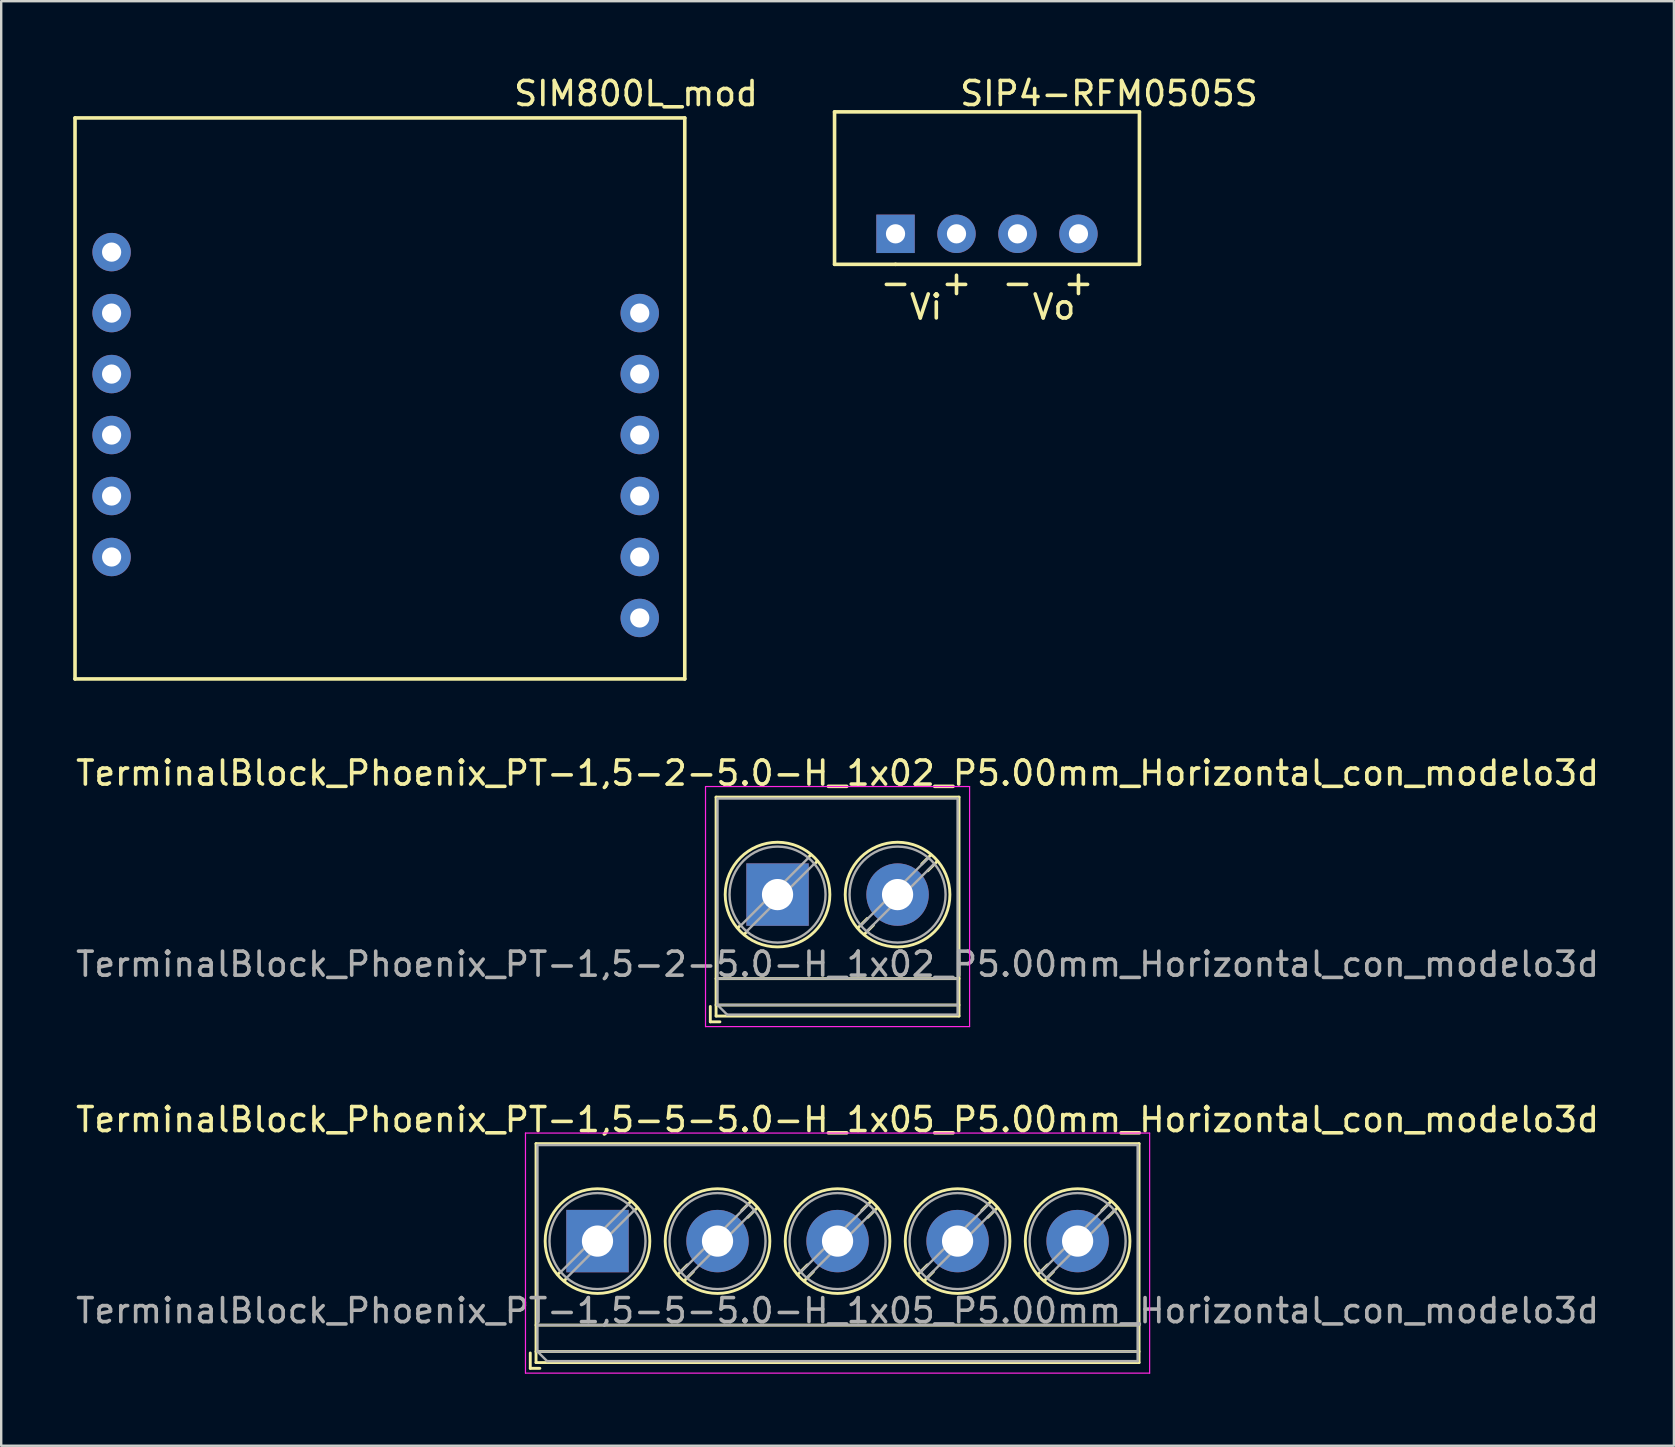
<source format=kicad_pcb>
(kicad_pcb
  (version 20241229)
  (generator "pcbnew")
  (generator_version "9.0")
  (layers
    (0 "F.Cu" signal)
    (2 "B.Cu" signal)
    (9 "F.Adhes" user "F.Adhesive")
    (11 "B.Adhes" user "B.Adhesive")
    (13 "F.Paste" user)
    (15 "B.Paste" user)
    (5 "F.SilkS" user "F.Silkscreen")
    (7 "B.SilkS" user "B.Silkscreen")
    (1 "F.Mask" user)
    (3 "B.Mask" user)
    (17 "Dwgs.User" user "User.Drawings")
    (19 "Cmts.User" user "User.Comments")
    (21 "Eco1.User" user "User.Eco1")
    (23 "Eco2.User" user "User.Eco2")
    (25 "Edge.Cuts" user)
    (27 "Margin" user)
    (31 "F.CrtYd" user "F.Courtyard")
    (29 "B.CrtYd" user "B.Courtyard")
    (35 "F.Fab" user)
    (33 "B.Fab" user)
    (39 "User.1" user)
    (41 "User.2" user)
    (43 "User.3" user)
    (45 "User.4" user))
  (footprint "TerminalBlock_Phoenix_PT-1,5-5-5.0-H_1x05_P5.00mm_Horizontal_con_modelo3d"
    (layer "F.Cu")
    (at 21.839 48.649)
    (property "Reference" "TerminalBlock_Phoenix_PT-1,5-5-5.0-H_1x05_P5.00mm_Horizontal_con_modelo3d" (at 10 -5.06 0) (layer "F.SilkS") (effects (font (size 1 1) (thickness 0.15))))
    (attr through_hole)
    (fp_line (start -2.8 4.66) (end -2.8 5.3) (stroke (width 0.12) (type solid)) (layer "F.SilkS"))
    (fp_line (start -2.8 5.3) (end -2.4 5.3) (stroke (width 0.12) (type solid)) (layer "F.SilkS"))
    (fp_line (start -2.56 -4.06) (end -2.56 5.06) (stroke (width 0.12) (type solid)) (layer "F.SilkS"))
    (fp_line (start -2.56 -4.06) (end 22.56 -4.06) (stroke (width 0.12) (type solid)) (layer "F.SilkS"))
    (fp_line (start -2.56 3.5) (end 22.56 3.5) (stroke (width 0.12) (type solid)) (layer "F.SilkS"))
    (fp_line (start -2.56 4.6) (end 22.56 4.6) (stroke (width 0.12) (type solid)) (layer "F.SilkS"))
    (fp_line (start -2.56 5.06) (end 22.56 5.06) (stroke (width 0.12) (type solid)) (layer "F.SilkS"))
    (fp_line (start -1.548 1.281) (end -1.654 1.388) (stroke (width 0.12) (type solid)) (layer "F.SilkS"))
    (fp_line (start -1.282 1.547) (end -1.388 1.654) (stroke (width 0.12) (type solid)) (layer "F.SilkS"))
    (fp_line (start 1.388 -1.654) (end 1.281 -1.547) (stroke (width 0.12) (type solid)) (layer "F.SilkS"))
    (fp_line (start 1.654 -1.388) (end 1.547 -1.281) (stroke (width 0.12) (type solid)) (layer "F.SilkS"))
    (fp_line (start 3.742 0.992) (end 3.347 1.388) (stroke (width 0.12) (type solid)) (layer "F.SilkS"))
    (fp_line (start 3.993 1.274) (end 3.613 1.654) (stroke (width 0.12) (type solid)) (layer "F.SilkS"))
    (fp_line (start 6.388 -1.654) (end 6.008 -1.274) (stroke (width 0.12) (type solid)) (layer "F.SilkS"))
    (fp_line (start 6.654 -1.388) (end 6.259 -0.992) (stroke (width 0.12) (type solid)) (layer "F.SilkS"))
    (fp_line (start 8.742 0.992) (end 8.347 1.388) (stroke (width 0.12) (type solid)) (layer "F.SilkS"))
    (fp_line (start 8.993 1.274) (end 8.613 1.654) (stroke (width 0.12) (type solid)) (layer "F.SilkS"))
    (fp_line (start 11.388 -1.654) (end 11.008 -1.274) (stroke (width 0.12) (type solid)) (layer "F.SilkS"))
    (fp_line (start 11.654 -1.388) (end 11.259 -0.992) (stroke (width 0.12) (type solid)) (layer "F.SilkS"))
    (fp_line (start 13.742 0.992) (end 13.347 1.388) (stroke (width 0.12) (type solid)) (layer "F.SilkS"))
    (fp_line (start 13.993 1.274) (end 13.613 1.654) (stroke (width 0.12) (type solid)) (layer "F.SilkS"))
    (fp_line (start 16.388 -1.654) (end 16.008 -1.274) (stroke (width 0.12) (type solid)) (layer "F.SilkS"))
    (fp_line (start 16.654 -1.388) (end 16.259 -0.992) (stroke (width 0.12) (type solid)) (layer "F.SilkS"))
    (fp_line (start 18.742 0.992) (end 18.347 1.388) (stroke (width 0.12) (type solid)) (layer "F.SilkS"))
    (fp_line (start 18.993 1.274) (end 18.613 1.654) (stroke (width 0.12) (type solid)) (layer "F.SilkS"))
    (fp_line (start 21.388 -1.654) (end 21.008 -1.274) (stroke (width 0.12) (type solid)) (layer "F.SilkS"))
    (fp_line (start 21.654 -1.388) (end 21.259 -0.992) (stroke (width 0.12) (type solid)) (layer "F.SilkS"))
    (fp_line (start 22.56 -4.06) (end 22.56 5.06) (stroke (width 0.12) (type solid)) (layer "F.SilkS"))
    (fp_circle (center 0 0) (end 2.18 0) (stroke (width 0.12) (type solid)) (fill no) (layer "F.SilkS"))
    (fp_circle (center 5 0) (end 7.18 0) (stroke (width 0.12) (type solid)) (fill no) (layer "F.SilkS"))
    (fp_circle (center 10 0) (end 12.18 0) (stroke (width 0.12) (type solid)) (fill no) (layer "F.SilkS"))
    (fp_circle (center 15 0) (end 17.18 0) (stroke (width 0.12) (type solid)) (fill no) (layer "F.SilkS"))
    (fp_circle (center 20 0) (end 22.18 0) (stroke (width 0.12) (type solid)) (fill no) (layer "F.SilkS"))
    (fp_line (start -3 -4.5) (end -3 5.5) (stroke (width 0.05) (type solid)) (layer "F.CrtYd"))
    (fp_line (start -3 5.5) (end 23 5.5) (stroke (width 0.05) (type solid)) (layer "F.CrtYd"))
    (fp_line (start 23 -4.5) (end -3 -4.5) (stroke (width 0.05) (type solid)) (layer "F.CrtYd"))
    (fp_line (start 23 5.5) (end 23 -4.5) (stroke (width 0.05) (type solid)) (layer "F.CrtYd"))
    (fp_line (start -2.5 -4) (end 22.5 -4) (stroke (width 0.1) (type solid)) (layer "F.Fab"))
    (fp_line (start -2.5 3.5) (end 22.5 3.5) (stroke (width 0.1) (type solid)) (layer "F.Fab"))
    (fp_line (start -2.5 4.6) (end -2.5 -4) (stroke (width 0.1) (type solid)) (layer "F.Fab"))
    (fp_line (start -2.5 4.6) (end 22.5 4.6) (stroke (width 0.1) (type solid)) (layer "F.Fab"))
    (fp_line (start -2.1 5) (end -2.5 4.6) (stroke (width 0.1) (type solid)) (layer "F.Fab"))
    (fp_line (start 1.273 -1.517) (end -1.517 1.273) (stroke (width 0.1) (type solid)) (layer "F.Fab"))
    (fp_line (start 1.517 -1.273) (end -1.273 1.517) (stroke (width 0.1) (type solid)) (layer "F.Fab"))
    (fp_line (start 6.273 -1.517) (end 3.484 1.273) (stroke (width 0.1) (type solid)) (layer "F.Fab"))
    (fp_line (start 6.517 -1.273) (end 3.728 1.517) (stroke (width 0.1) (type solid)) (layer "F.Fab"))
    (fp_line (start 11.273 -1.517) (end 8.484 1.273) (stroke (width 0.1) (type solid)) (layer "F.Fab"))
    (fp_line (start 11.517 -1.273) (end 8.728 1.517) (stroke (width 0.1) (type solid)) (layer "F.Fab"))
    (fp_line (start 16.273 -1.517) (end 13.484 1.273) (stroke (width 0.1) (type solid)) (layer "F.Fab"))
    (fp_line (start 16.517 -1.273) (end 13.728 1.517) (stroke (width 0.1) (type solid)) (layer "F.Fab"))
    (fp_line (start 21.273 -1.517) (end 18.484 1.273) (stroke (width 0.1) (type solid)) (layer "F.Fab"))
    (fp_line (start 21.517 -1.273) (end 18.728 1.517) (stroke (width 0.1) (type solid)) (layer "F.Fab"))
    (fp_line (start 22.5 -4) (end 22.5 5) (stroke (width 0.1) (type solid)) (layer "F.Fab"))
    (fp_line (start 22.5 5) (end -2.1 5) (stroke (width 0.1) (type solid)) (layer "F.Fab"))
    (fp_circle (center 0 0) (end 2 0) (stroke (width 0.1) (type solid)) (fill no) (layer "F.Fab"))
    (fp_circle (center 5 0) (end 7 0) (stroke (width 0.1) (type solid)) (fill no) (layer "F.Fab"))
    (fp_circle (center 10 0) (end 12 0) (stroke (width 0.1) (type solid)) (fill no) (layer "F.Fab"))
    (fp_circle (center 15 0) (end 17 0) (stroke (width 0.1) (type solid)) (fill no) (layer "F.Fab"))
    (fp_circle (center 20 0) (end 22 0) (stroke (width 0.1) (type solid)) (fill no) (layer "F.Fab"))
    (fp_text user "${REFERENCE}" (at 10 2.9 0) (layer "F.Fab") (effects (font (size 1 1) (thickness 0.15))))
    (pad "1" thru_hole rect (at 0 0) (size 2.6 2.6) (drill 1.3) (layers "*.Cu" "*.Mask"))
    (pad "2" thru_hole circle (at 5 0) (size 2.6 2.6) (drill 1.3) (layers "*.Cu" "*.Mask"))
    (pad "3" thru_hole circle (at 10 0) (size 2.6 2.6) (drill 1.3) (layers "*.Cu" "*.Mask"))
    (pad "4" thru_hole circle (at 15 0) (size 2.6 2.6) (drill 1.3) (layers "*.Cu" "*.Mask"))
    (pad "5" thru_hole circle (at 20 0) (size 2.6 2.6) (drill 1.3) (layers "*.Cu" "*.Mask")))
  (footprint "SIP4-RFM0505S"
    (layer "F.Cu")
    (at 34.254 6.69)
    (property "Reference" "SIP4-RFM0505S" (at 8.89 -5.842 0) (layer "F.SilkS") (effects (font (size 1 1) (thickness 0.15))))
    (attr through_hole)
    (fp_line (start -2.54 -5.08) (end 10.16 -5.08) (stroke (width 0.15) (type solid)) (layer "F.SilkS"))
    (fp_line (start -2.54 1.27) (end -2.54 -5.08) (stroke (width 0.15) (type solid)) (layer "F.SilkS"))
    (fp_line (start 0 1.27) (end -2.54 1.27) (stroke (width 0.15) (type solid)) (layer "F.SilkS"))
    (fp_line (start 10.16 -5.08) (end 10.16 1.27) (stroke (width 0.15) (type solid)) (layer "F.SilkS"))
    (fp_line (start 10.16 1.27) (end 0 1.27) (stroke (width 0.15) (type solid)) (layer "F.SilkS"))
    (fp_text user "+" (at 7.62 2.032 0) (layer "F.SilkS") (effects (font (size 1 1) (thickness 0.15))))
    (fp_text user "+" (at 2.54 2.032 0) (layer "F.SilkS") (effects (font (size 1 1) (thickness 0.15))))
    (fp_text user "-" (at 5.08 2.032 0) (layer "F.SilkS") (effects (font (size 1 1) (thickness 0.15))))
    (fp_text user "-" (at 0 2.032 0) (layer "F.SilkS") (effects (font (size 1 1) (thickness 0.15))))
    (fp_text user "Vo" (at 6.604 3.048 0) (layer "F.SilkS") (effects (font (size 1 1) (thickness 0.15))))
    (fp_text user "Vi" (at 1.27 3.048 0) (layer "F.SilkS") (effects (font (size 1 1) (thickness 0.15))))
    (pad "1" thru_hole rect (at 0 0) (size 1.6 1.6) (drill 0.8) (layers "*.Cu" "*.Mask"))
    (pad "2" thru_hole circle (at 2.54 0) (size 1.6 1.6) (drill 0.8) (layers "*.Cu" "*.Mask"))
    (pad "3" thru_hole circle (at 5.08 0) (size 1.6 1.6) (drill 0.8) (layers "*.Cu" "*.Mask"))
    (pad "4" thru_hole circle (at 7.62 0) (size 1.6 1.6) (drill 0.8) (layers "*.Cu" "*.Mask")))
  (footprint "SIM800L_mod"
    (layer "F.Cu")
    (at 1.599 7.452)
    (property "Reference" "SIM800L_mod" (at 21.844 -6.604 0) (layer "F.SilkS") (effects (font (size 1 1) (thickness 0.15))))
    (attr through_hole)
    (fp_line (start -1.524 -5.588) (end 23.876 -5.588) (stroke (width 0.15) (type solid)) (layer "F.SilkS"))
    (fp_line (start -1.524 17.78) (end -1.524 -5.588) (stroke (width 0.15) (type solid)) (layer "F.SilkS"))
    (fp_line (start 23.876 -5.588) (end 23.876 17.78) (stroke (width 0.15) (type solid)) (layer "F.SilkS"))
    (fp_line (start 23.876 17.78) (end -1.524 17.78) (stroke (width 0.15) (type solid)) (layer "F.SilkS"))
    (pad "1" thru_hole circle (at 0 0) (size 1.6 1.6) (drill 0.8) (layers "*.Cu" "*.Mask"))
    (pad "2" thru_hole circle (at 0 2.54) (size 1.6 1.6) (drill 0.8) (layers "*.Cu" "*.Mask"))
    (pad "3" thru_hole circle (at 0 5.08) (size 1.6 1.6) (drill 0.8) (layers "*.Cu" "*.Mask"))
    (pad "4" thru_hole circle (at 0 7.62) (size 1.6 1.6) (drill 0.8) (layers "*.Cu" "*.Mask"))
    (pad "5" thru_hole circle (at 0 10.16) (size 1.6 1.6) (drill 0.8) (layers "*.Cu" "*.Mask"))
    (pad "6" thru_hole circle (at 0 12.7) (size 1.6 1.6) (drill 0.8) (layers "*.Cu" "*.Mask"))
    (pad "7" thru_hole circle (at 22 15.24) (size 1.6 1.6) (drill 0.8) (layers "*.Cu" "*.Mask"))
    (pad "8" thru_hole circle (at 22 12.7) (size 1.6 1.6) (drill 0.8) (layers "*.Cu" "*.Mask"))
    (pad "9" thru_hole circle (at 22 10.16) (size 1.6 1.6) (drill 0.8) (layers "*.Cu" "*.Mask"))
    (pad "10" thru_hole circle (at 22 7.62) (size 1.6 1.6) (drill 0.8) (layers "*.Cu" "*.Mask"))
    (pad "11" thru_hole circle (at 22 5.08) (size 1.6 1.6) (drill 0.8) (layers "*.Cu" "*.Mask"))
    (pad "12" thru_hole circle (at 22 2.54) (size 1.6 1.6) (drill 0.8) (layers "*.Cu" "*.Mask")))
  (footprint "TerminalBlock_Phoenix_PT-1,5-2-5.0-H_1x02_P5.00mm_Horizontal_con_modelo3d"
    (layer "F.Cu")
    (at 29.339 34.215)
    (property "Reference" "TerminalBlock_Phoenix_PT-1,5-2-5.0-H_1x02_P5.00mm_Horizontal_con_modelo3d" (at 2.5 -5.06 0) (layer "F.SilkS") (effects (font (size 1 1) (thickness 0.15))))
    (attr through_hole)
    (fp_line (start -2.8 4.66) (end -2.8 5.3) (stroke (width 0.12) (type solid)) (layer "F.SilkS"))
    (fp_line (start -2.8 5.3) (end -2.4 5.3) (stroke (width 0.12) (type solid)) (layer "F.SilkS"))
    (fp_line (start -2.56 -4.06) (end -2.56 5.06) (stroke (width 0.12) (type solid)) (layer "F.SilkS"))
    (fp_line (start -2.56 -4.06) (end 7.56 -4.06) (stroke (width 0.12) (type solid)) (layer "F.SilkS"))
    (fp_line (start -2.56 3.5) (end 7.56 3.5) (stroke (width 0.12) (type solid)) (layer "F.SilkS"))
    (fp_line (start -2.56 4.6) (end 7.56 4.6) (stroke (width 0.12) (type solid)) (layer "F.SilkS"))
    (fp_line (start -2.56 5.06) (end 7.56 5.06) (stroke (width 0.12) (type solid)) (layer "F.SilkS"))
    (fp_line (start -1.548 1.281) (end -1.654 1.388) (stroke (width 0.12) (type solid)) (layer "F.SilkS"))
    (fp_line (start -1.282 1.547) (end -1.388 1.654) (stroke (width 0.12) (type solid)) (layer "F.SilkS"))
    (fp_line (start 1.388 -1.654) (end 1.281 -1.547) (stroke (width 0.12) (type solid)) (layer "F.SilkS"))
    (fp_line (start 1.654 -1.388) (end 1.547 -1.281) (stroke (width 0.12) (type solid)) (layer "F.SilkS"))
    (fp_line (start 3.742 0.992) (end 3.347 1.388) (stroke (width 0.12) (type solid)) (layer "F.SilkS"))
    (fp_line (start 3.993 1.274) (end 3.613 1.654) (stroke (width 0.12) (type solid)) (layer "F.SilkS"))
    (fp_line (start 6.388 -1.654) (end 6.008 -1.274) (stroke (width 0.12) (type solid)) (layer "F.SilkS"))
    (fp_line (start 6.654 -1.388) (end 6.259 -0.992) (stroke (width 0.12) (type solid)) (layer "F.SilkS"))
    (fp_line (start 7.56 -4.06) (end 7.56 5.06) (stroke (width 0.12) (type solid)) (layer "F.SilkS"))
    (fp_circle (center 0 0) (end 2.18 0) (stroke (width 0.12) (type solid)) (fill no) (layer "F.SilkS"))
    (fp_circle (center 5 0) (end 7.18 0) (stroke (width 0.12) (type solid)) (fill no) (layer "F.SilkS"))
    (fp_line (start -3 -4.5) (end -3 5.5) (stroke (width 0.05) (type solid)) (layer "F.CrtYd"))
    (fp_line (start -3 5.5) (end 8 5.5) (stroke (width 0.05) (type solid)) (layer "F.CrtYd"))
    (fp_line (start 8 -4.5) (end -3 -4.5) (stroke (width 0.05) (type solid)) (layer "F.CrtYd"))
    (fp_line (start 8 5.5) (end 8 -4.5) (stroke (width 0.05) (type solid)) (layer "F.CrtYd"))
    (fp_line (start -2.5 -4) (end 7.5 -4) (stroke (width 0.1) (type solid)) (layer "F.Fab"))
    (fp_line (start -2.5 3.5) (end 7.5 3.5) (stroke (width 0.1) (type solid)) (layer "F.Fab"))
    (fp_line (start -2.5 4.6) (end -2.5 -4) (stroke (width 0.1) (type solid)) (layer "F.Fab"))
    (fp_line (start -2.5 4.6) (end 7.5 4.6) (stroke (width 0.1) (type solid)) (layer "F.Fab"))
    (fp_line (start -2.1 5) (end -2.5 4.6) (stroke (width 0.1) (type solid)) (layer "F.Fab"))
    (fp_line (start 1.273 -1.517) (end -1.517 1.273) (stroke (width 0.1) (type solid)) (layer "F.Fab"))
    (fp_line (start 1.517 -1.273) (end -1.273 1.517) (stroke (width 0.1) (type solid)) (layer "F.Fab"))
    (fp_line (start 6.273 -1.517) (end 3.484 1.273) (stroke (width 0.1) (type solid)) (layer "F.Fab"))
    (fp_line (start 6.517 -1.273) (end 3.728 1.517) (stroke (width 0.1) (type solid)) (layer "F.Fab"))
    (fp_line (start 7.5 -4) (end 7.5 5) (stroke (width 0.1) (type solid)) (layer "F.Fab"))
    (fp_line (start 7.5 5) (end -2.1 5) (stroke (width 0.1) (type solid)) (layer "F.Fab"))
    (fp_circle (center 0 0) (end 2 0) (stroke (width 0.1) (type solid)) (fill no) (layer "F.Fab"))
    (fp_circle (center 5 0) (end 7 0) (stroke (width 0.1) (type solid)) (fill no) (layer "F.Fab"))
    (fp_text user "${REFERENCE}" (at 2.5 2.9 0) (layer "F.Fab") (effects (font (size 1 1) (thickness 0.15))))
    (pad "1" thru_hole rect (at 0 0) (size 2.6 2.6) (drill 1.3) (layers "*.Cu" "*.Mask"))
    (pad "2" thru_hole circle (at 5 0) (size 2.6 2.6) (drill 1.3) (layers "*.Cu" "*.Mask")))
  (gr_rect
    (start -3 -3)
    (end 66.679 57.174)
    (stroke (width 0.1) (type default))
    (fill no)
    (layer "Edge.Cuts")))
</source>
